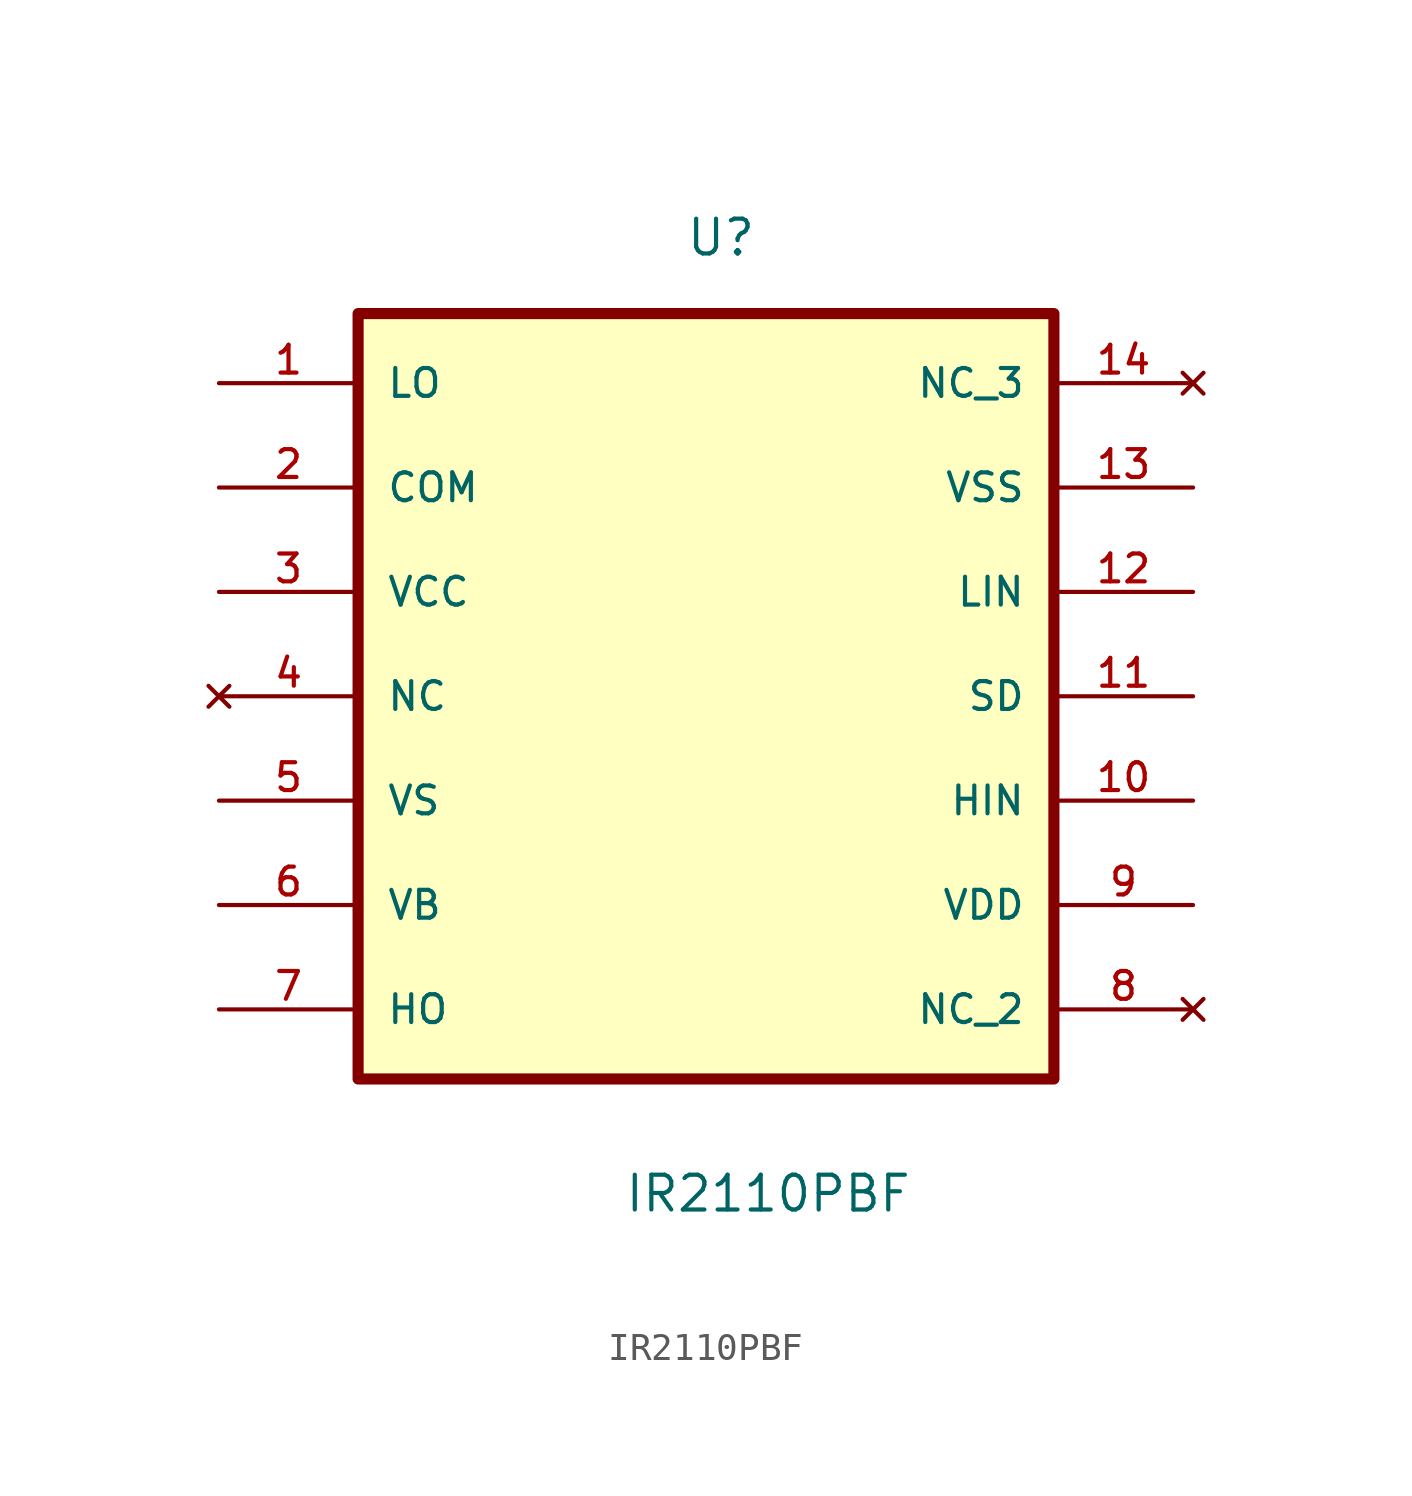
<source format=kicad_sym>
(kicad_symbol_lib
  (version 20231120)
  (generator "kicad_symbol_editor")
  (generator_version "8.0")
  (symbol "IR2110PBF"
    (pin_names
      (offset 1.016))
    (property "Reference" "U"
      (at -0.762 16.002 0)
      (effects (font (size 1.27 1.27)) (justify left bottom)))
    (property "Value" "IR2110PBF"
      (at -3.002 -18.898 0)
      (effects (font (size 1.27 1.27)) (justify left bottom)))
    (symbol "IR2110PBF_0_0"
      (rectangle (start -12.7 13.97) (end 12.7 -13.97) (stroke (width 0.406) (type default)) (fill (type background)))
      (pin output line (at -17.78 11.43 0) (length 5.08) (name "LO" (effects (font (size 1.016 1.016)))) (number "1" (effects (font (size 1.016 1.016)))))
      (pin input line (at 17.78 -3.81 180) (length 5.08) (name "HIN" (effects (font (size 1.016 1.016)))) (number "10" (effects (font (size 1.016 1.016)))))
      (pin input line (at 17.78 0 180) (length 5.08) (name "SD" (effects (font (size 1.016 1.016)))) (number "11" (effects (font (size 1.016 1.016)))))
      (pin input line (at 17.78 3.81 180) (length 5.08) (name "LIN" (effects (font (size 1.016 1.016)))) (number "12" (effects (font (size 1.016 1.016)))))
      (pin power_in line (at 17.78 7.62 180) (length 5.08) (name "VSS" (effects (font (size 1.016 1.016)))) (number "13" (effects (font (size 1.016 1.016)))))
      (pin no_connect line (at 17.78 11.43 180) (length 5.08) (name "NC_3" (effects (font (size 1.016 1.016)))) (number "14" (effects (font (size 1.016 1.016)))))
      (pin passive line (at -17.78 7.62 0) (length 5.08) (name "COM" (effects (font (size 1.016 1.016)))) (number "2" (effects (font (size 1.016 1.016)))))
      (pin power_in line (at -17.78 3.81 0) (length 5.08) (name "VCC" (effects (font (size 1.016 1.016)))) (number "3" (effects (font (size 1.016 1.016)))))
      (pin no_connect line (at -17.78 0 0) (length 5.08) (name "NC" (effects (font (size 1.016 1.016)))) (number "4" (effects (font (size 1.016 1.016)))))
      (pin power_in line (at -17.78 -3.81 0) (length 5.08) (name "VS" (effects (font (size 1.016 1.016)))) (number "5" (effects (font (size 1.016 1.016)))))
      (pin power_in line (at -17.78 -7.62 0) (length 5.08) (name "VB" (effects (font (size 1.016 1.016)))) (number "6" (effects (font (size 1.016 1.016)))))
      (pin output line (at -17.78 -11.43 0) (length 5.08) (name "HO" (effects (font (size 1.016 1.016)))) (number "7" (effects (font (size 1.016 1.016)))))
      (pin no_connect line (at 17.78 -11.43 180) (length 5.08) (name "NC_2" (effects (font (size 1.016 1.016)))) (number "8" (effects (font (size 1.016 1.016)))))
      (pin power_in line (at 17.78 -7.62 180) (length 5.08) (name "VDD" (effects (font (size 1.016 1.016)))) (number "9" (effects (font (size 1.016 1.016))))))))
</source>
